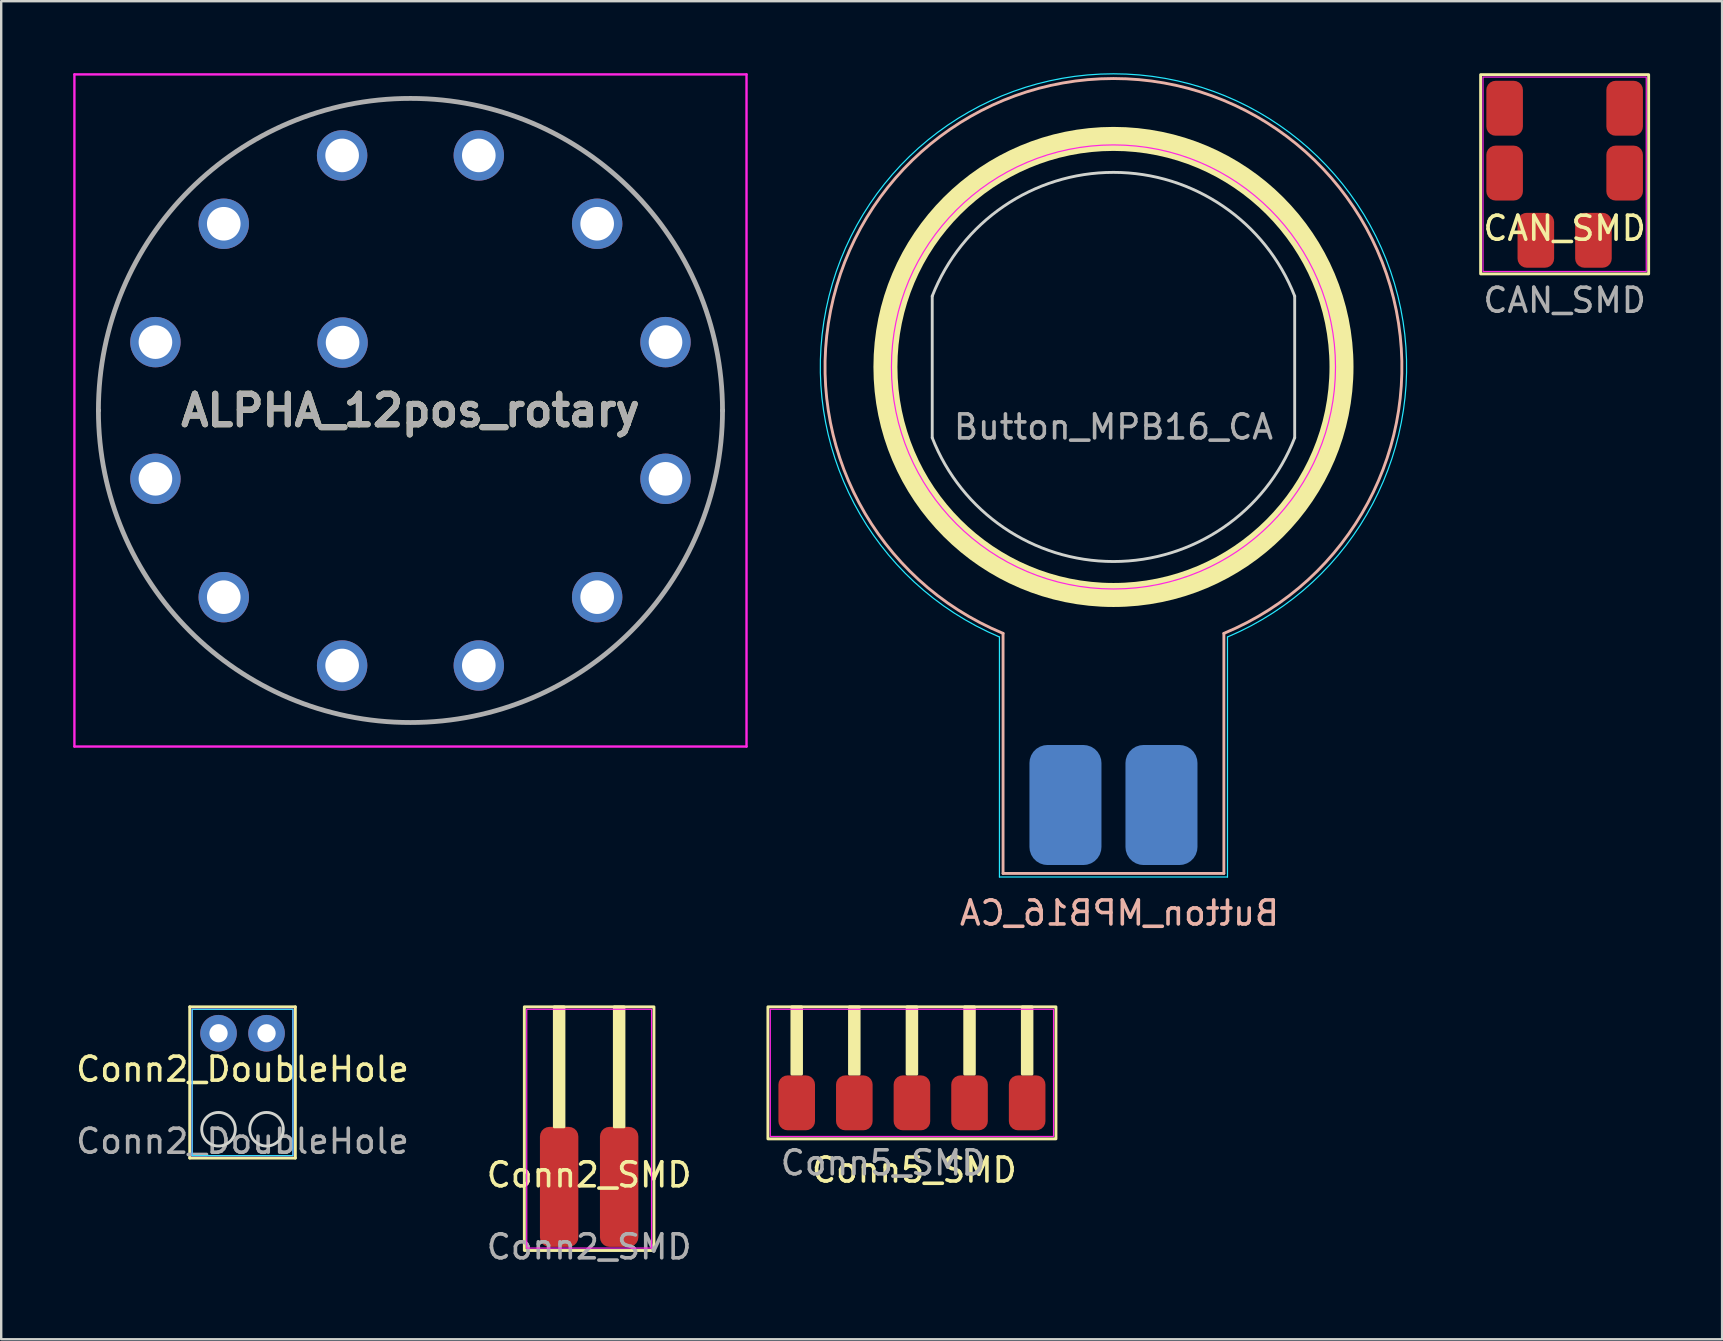
<source format=kicad_pcb>
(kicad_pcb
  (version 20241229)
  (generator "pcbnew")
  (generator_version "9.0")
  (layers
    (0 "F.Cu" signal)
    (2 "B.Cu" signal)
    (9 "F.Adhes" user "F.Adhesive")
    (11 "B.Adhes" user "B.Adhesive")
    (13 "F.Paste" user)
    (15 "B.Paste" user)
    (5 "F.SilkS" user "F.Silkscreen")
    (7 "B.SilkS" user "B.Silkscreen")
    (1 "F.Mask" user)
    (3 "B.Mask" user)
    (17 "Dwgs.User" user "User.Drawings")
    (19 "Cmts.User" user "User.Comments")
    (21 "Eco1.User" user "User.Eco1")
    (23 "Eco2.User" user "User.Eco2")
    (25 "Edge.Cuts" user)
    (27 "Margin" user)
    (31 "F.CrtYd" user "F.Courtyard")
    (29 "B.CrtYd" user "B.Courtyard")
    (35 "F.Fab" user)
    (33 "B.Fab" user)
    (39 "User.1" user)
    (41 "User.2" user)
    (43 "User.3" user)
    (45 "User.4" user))
  (footprint "Conn5_SMD"
    (layer "F.Cu")
    (at 34.941 42.895)
    (property "Reference" "Conn5_SMD" (at 0.1 2.8 0) (unlocked yes) (layer "F.SilkS") (effects (font (size 1 1) (thickness 0.15))))
    (attr smd)
    (fp_rect (start -6 -4) (end 6 1.5) (stroke (width 0.12) (type default)) (fill no) (layer "F.SilkS"))
    (fp_rect (start -5 -4) (end -4.6 -1.2) (stroke (width 0.12) (type solid)) (fill yes) (layer "F.SilkS"))
    (fp_rect (start -2.6 -4) (end -2.2 -1.2) (stroke (width 0.12) (type solid)) (fill yes) (layer "F.SilkS"))
    (fp_rect (start -0.2 -4) (end 0.2 -1.2) (stroke (width 0.12) (type solid)) (fill yes) (layer "F.SilkS"))
    (fp_rect (start 2.2 -4) (end 2.6 -1.2) (stroke (width 0.12) (type solid)) (fill yes) (layer "F.SilkS"))
    (fp_rect (start 4.6 -4) (end 5 -1.2) (stroke (width 0.12) (type solid)) (fill yes) (layer "F.SilkS"))
    (fp_rect (start -5.9 -3.9) (end 5.9 1.4) (stroke (width 0.05) (type default)) (fill no) (layer "F.CrtYd"))
    (fp_text user "${REFERENCE}" (at -1.2 2.5 0) (unlocked yes) (layer "F.Fab") (effects (font (size 1 1) (thickness 0.15))))
    (pad "1" smd roundrect (at -4.8 0 90) (size 2.286 1.524) (layers "F.Cu" "F.Mask" "F.Paste") (roundrect_rratio 0.25))
    (pad "2" smd roundrect (at -2.4 0 90) (size 2.286 1.524) (layers "F.Cu" "F.Mask" "F.Paste") (roundrect_rratio 0.25))
    (pad "3" smd roundrect (at 0 0 90) (size 2.286 1.524) (layers "F.Cu" "F.Mask" "F.Paste") (roundrect_rratio 0.25))
    (pad "4" smd roundrect (at 2.4 0 90) (size 2.286 1.524) (layers "F.Cu" "F.Mask" "F.Paste") (roundrect_rratio 0.25))
    (pad "5" smd roundrect (at 4.8 0 90) (size 2.286 1.524) (layers "F.Cu" "F.Mask" "F.Paste") (roundrect_rratio 0.25)))
  (footprint "Conn2_SMD"
    (layer "F.Cu")
    (at 21.494 46.395)
    (property "Reference" "Conn2_SMD" (at 0 -0.5 0) (unlocked yes) (layer "F.SilkS") (effects (font (size 1 1) (thickness 0.15))))
    (attr smd)
    (fp_rect (start -2.7 -7.5) (end 2.7 2.65) (stroke (width 0.12) (type default)) (fill no) (layer "F.SilkS"))
    (fp_rect (start -1.45 -7.5) (end -1.05 -2.5) (stroke (width 0.12) (type solid)) (fill yes) (layer "F.SilkS"))
    (fp_rect (start 1.05 -7.5) (end 1.45 -2.5) (stroke (width 0.12) (type solid)) (fill yes) (layer "F.SilkS"))
    (fp_rect (start -2.6 -7.4) (end 2.6 2.55) (stroke (width 0.05) (type default)) (fill no) (layer "F.CrtYd"))
    (fp_text user "${REFERENCE}" (at 0 2.5 0) (unlocked yes) (layer "F.Fab") (effects (font (size 1 1) (thickness 0.15))))
    (pad "1" smd roundrect (at -1.25 0 90) (size 5 1.6) (layers "F.Cu" "F.Mask" "F.Paste") (roundrect_rratio 0.25))
    (pad "2" smd roundrect (at 1.25 0 90) (size 5 1.6) (layers "F.Cu" "F.Mask" "F.Paste") (roundrect_rratio 0.25)))
  (footprint "Conn2_DoubleHole"
    (layer "F.Cu")
    (at 7.054 41.995)
    (property "Reference" "Conn2_DoubleHole" (at 0 -0.5 0) (unlocked yes) (layer "F.SilkS") (effects (font (size 1 1) (thickness 0.15))))
    (attr through_hole)
    (fp_line (start -2.2 -3.1) (end -2.2 3.2) (stroke (width 0.12) (type default)) (layer "F.SilkS"))
    (fp_line (start -2.2 -3.1) (end 2.2 -3.1) (stroke (width 0.12) (type default)) (layer "F.SilkS"))
    (fp_line (start -2.2 3.2) (end 2.2 3.2) (stroke (width 0.12) (type default)) (layer "F.SilkS"))
    (fp_line (start 2.2 3.2) (end 2.2 -3.1) (stroke (width 0.12) (type default)) (layer "F.SilkS"))
    (fp_circle (center -1 2) (end -0.3 2) (stroke (width 0.12) (type default)) (fill no) (layer "Edge.Cuts"))
    (fp_circle (center 1 2) (end 0.3 2) (stroke (width 0.12) (type default)) (fill no) (layer "Edge.Cuts"))
    (fp_rect (start -2.1 -3) (end 2.1 3.1) (stroke (width 0.05) (type default)) (fill no) (layer "B.CrtYd"))
    (fp_rect (start -2.1 -3) (end 2.1 3.1) (stroke (width 0.05) (type default)) (fill no) (layer "F.CrtYd"))
    (fp_text user "${REFERENCE}" (at 0 2.5 0) (unlocked yes) (layer "F.Fab") (effects (font (size 1 1) (thickness 0.15))))
    (pad "1" thru_hole circle (at -1 -2) (size 1.524 1.524) (drill 0.762) (layers "*.Cu" "*.Mask"))
    (pad "2" thru_hole circle (at 1 -2) (size 1.524 1.524) (drill 0.762) (layers "*.Cu" "*.Mask")))
  (footprint "Button_MPB16_CA"
    (layer "F.Cu")
    (at 43.337 12.237)
    (property "Reference" "Button_MPB16_CA" (at 0.25 22.75 0) (unlocked yes) (layer "B.SilkS") (effects (font (size 1 1) (thickness 0.15)) (justify mirror)))
    (attr smd)
    (fp_circle (center 0 0) (end 9.5 0) (stroke (width 1) (type default)) (fill no) (layer "F.SilkS"))
    (fp_line (start -4.6 11.1) (end -4.6 21.1) (stroke (width 0.12) (type default)) (layer "B.SilkS"))
    (fp_line (start -4.6 21.1) (end 4.6 21.1) (stroke (width 0.12) (type default)) (layer "B.SilkS"))
    (fp_line (start 4.6 21.1) (end 4.6 11.1) (stroke (width 0.12) (type default)) (layer "B.SilkS"))
    (fp_arc (start -4.6 11.099999) (mid 0 -12.015406) (end 4.6 11.099999) (stroke (width 0.12) (type default)) (layer "B.SilkS"))
    (fp_line (start -7.55 -2.95) (end -7.55 2.95) (stroke (width 0.12) (type default)) (layer "Edge.Cuts"))
    (fp_line (start 7.55 -2.95) (end 7.55 2.95) (stroke (width 0.12) (type default)) (layer "Edge.Cuts"))
    (fp_arc (start -7.55 -2.95) (mid 0 -8.105862) (end 7.55 -2.95) (stroke (width 0.12) (type default)) (layer "Edge.Cuts"))
    (fp_arc (start 7.55 2.95) (mid 0 8.105862) (end -7.55 2.95) (stroke (width 0.12) (type default)) (layer "Edge.Cuts"))
    (fp_line (start -4.75 11.25) (end -4.75 21.25) (stroke (width 0.05) (type default)) (layer "B.CrtYd"))
    (fp_line (start -4.75 21.25) (end 4.75 21.25) (stroke (width 0.05) (type default)) (layer "B.CrtYd"))
    (fp_line (start 4.75 21.25) (end 4.75 11.25) (stroke (width 0.05) (type default)) (layer "B.CrtYd"))
    (fp_arc (start -4.75 11.249999) (mid 0 -12.211674) (end 4.75 11.249999) (stroke (width 0.05) (type default)) (layer "B.CrtYd"))
    (fp_circle (center 0 0) (end 0 9.25) (stroke (width 0.05) (type default)) (fill no) (layer "F.CrtYd"))
    (fp_text user "${REFERENCE}" (at 0 2.5 0) (unlocked yes) (layer "F.Fab") (effects (font (size 1 1) (thickness 0.15))))
    (pad "1" smd roundrect (at -2 18.25 90) (size 5 3) (layers "B.Cu" "B.Mask" "B.Paste") (roundrect_rratio 0.25))
    (pad "2" smd roundrect (at 2 18.25 90) (size 5 3) (layers "B.Cu" "B.Mask" "B.Paste") (roundrect_rratio 0.25)))
  (footprint "CAN_SMD"
    (layer "F.Cu")
    (at 62.133 6.96)
    (property "Reference" "CAN_SMD" (at 0 -0.5 0) (unlocked yes) (layer "F.SilkS") (effects (font (size 1 1) (thickness 0.15))))
    (attr smd)
    (fp_rect (start -3.5 -6.9) (end 3.5 1.4) (stroke (width 0.12) (type default)) (fill no) (layer "F.SilkS"))
    (fp_rect (start -3.5 -6.9) (end 3.5 1.4) (stroke (width 0.12) (type default)) (fill no) (layer "Margin"))
    (fp_rect (start -3.4 -6.8) (end 3.4 1.3) (stroke (width 0.05) (type default)) (fill no) (layer "F.CrtYd"))
    (fp_text user "${REFERENCE}" (at 0 2.5 0) (unlocked yes) (layer "F.Fab") (effects (font (size 1 1) (thickness 0.15))))
    (pad "" smd roundrect (at -2.5 -5.5 90) (size 2.286 1.524) (layers "F.Cu" "F.Mask" "F.Paste") (roundrect_rratio 0.25))
    (pad "" smd roundrect (at -2.5 -2.8 90) (size 2.286 1.524) (layers "F.Cu" "F.Mask" "F.Paste") (roundrect_rratio 0.25))
    (pad "" smd roundrect (at 2.5 -5.5 90) (size 2.286 1.524) (layers "F.Cu" "F.Mask" "F.Paste") (roundrect_rratio 0.25))
    (pad "" smd roundrect (at 2.5 -2.8 90) (size 2.286 1.524) (layers "F.Cu" "F.Mask" "F.Paste") (roundrect_rratio 0.25))
    (pad "1" smd roundrect (at -1.2 0 90) (size 2.286 1.524) (layers "F.Cu" "F.Mask" "F.Paste") (roundrect_rratio 0.25))
    (pad "2" smd roundrect (at 1.2 0 90) (size 2.286 1.524) (layers "F.Cu" "F.Mask" "F.Paste") (roundrect_rratio 0.25)))
  (footprint "ALPHA_12pos_rotary"
    (layer "F.Cu")
    (at 3.425 11.203)
    (property "Reference" "ALPHA_12pos_rotary" (at 10.625 2.847 0) (layer "F.SilkS") (effects (font (size 1.27 1.27) (thickness 0.254))))
    (attr through_hole)
    (fp_line (start -2.375 2.847) (end -2.375 2.847) (stroke (width 0.1) (type solid)) (layer "F.SilkS"))
    (fp_line (start 23.625 2.847) (end 23.625 2.847) (stroke (width 0.1) (type solid)) (layer "F.SilkS"))
    (fp_arc (start -2.375 2.847) (mid 10.625 -10.153) (end 23.625 2.847) (stroke (width 0.1) (type solid)) (layer "F.SilkS"))
    (fp_arc (start 23.625 2.847) (mid 10.625 15.847) (end -2.375 2.847) (stroke (width 0.1) (type solid)) (layer "F.SilkS"))
    (fp_line (start -3.375 -11.153) (end 24.625 -11.153) (stroke (width 0.1) (type solid)) (layer "F.CrtYd"))
    (fp_line (start -3.375 16.847) (end -3.375 -11.153) (stroke (width 0.1) (type solid)) (layer "F.CrtYd"))
    (fp_line (start 24.625 -11.153) (end 24.625 16.847) (stroke (width 0.1) (type solid)) (layer "F.CrtYd"))
    (fp_line (start 24.625 16.847) (end -3.375 16.847) (stroke (width 0.1) (type solid)) (layer "F.CrtYd"))
    (fp_line (start -2.375 2.847) (end -2.375 2.847) (stroke (width 0.2) (type solid)) (layer "F.Fab"))
    (fp_line (start 23.625 2.847) (end 23.625 2.847) (stroke (width 0.2) (type solid)) (layer "F.Fab"))
    (fp_arc (start -2.375 2.847) (mid 10.625 -10.153) (end 23.625 2.847) (stroke (width 0.2) (type solid)) (layer "F.Fab"))
    (fp_arc (start 23.625 2.847) (mid 10.625 15.847) (end -2.375 2.847) (stroke (width 0.2) (type solid)) (layer "F.Fab"))
    (fp_text user "${REFERENCE}" (at 10.625 2.847 0) (layer "F.Fab") (effects (font (size 1.27 1.27) (thickness 0.254))))
    (pad "1" thru_hole circle (at 0 0) (size 2.1 2.1) (drill 1.4) (layers "*.Cu" "*.Mask"))
    (pad "2" thru_hole circle (at 2.847 -4.931) (size 2.1 2.1) (drill 1.4) (layers "*.Cu" "*.Mask"))
    (pad "3" thru_hole circle (at 7.778 -7.778) (size 2.1 2.1) (drill 1.4) (layers "*.Cu" "*.Mask"))
    (pad "4" thru_hole circle (at 13.472 -7.778) (size 2.1 2.1) (drill 1.4) (layers "*.Cu" "*.Mask"))
    (pad "5" thru_hole circle (at 18.403 -4.931) (size 2.1 2.1) (drill 1.4) (layers "*.Cu" "*.Mask"))
    (pad "6" thru_hole circle (at 21.25 0) (size 2.1 2.1) (drill 1.4) (layers "*.Cu" "*.Mask"))
    (pad "7" thru_hole circle (at 21.25 5.694) (size 2.1 2.1) (drill 1.4) (layers "*.Cu" "*.Mask"))
    (pad "8" thru_hole circle (at 18.403 10.625) (size 2.1 2.1) (drill 1.4) (layers "*.Cu" "*.Mask"))
    (pad "9" thru_hole circle (at 13.472 13.472) (size 2.1 2.1) (drill 1.4) (layers "*.Cu" "*.Mask"))
    (pad "10" thru_hole circle (at 7.778 13.472) (size 2.1 2.1) (drill 1.4) (layers "*.Cu" "*.Mask"))
    (pad "11" thru_hole circle (at 2.847 10.625) (size 2.1 2.1) (drill 1.4) (layers "*.Cu" "*.Mask"))
    (pad "12" thru_hole circle (at 0 5.694) (size 2.1 2.1) (drill 1.4) (layers "*.Cu" "*.Mask"))
    (pad "13" thru_hole circle (at 7.797 0.019) (size 2.1 2.1) (drill 1.4) (layers "*.Cu" "*.Mask")))
  (gr_rect
    (start -3 -3)
    (end 68.693 52.743)
    (stroke (width 0.1) (type default))
    (fill no)
    (layer "Edge.Cuts")))
</source>
